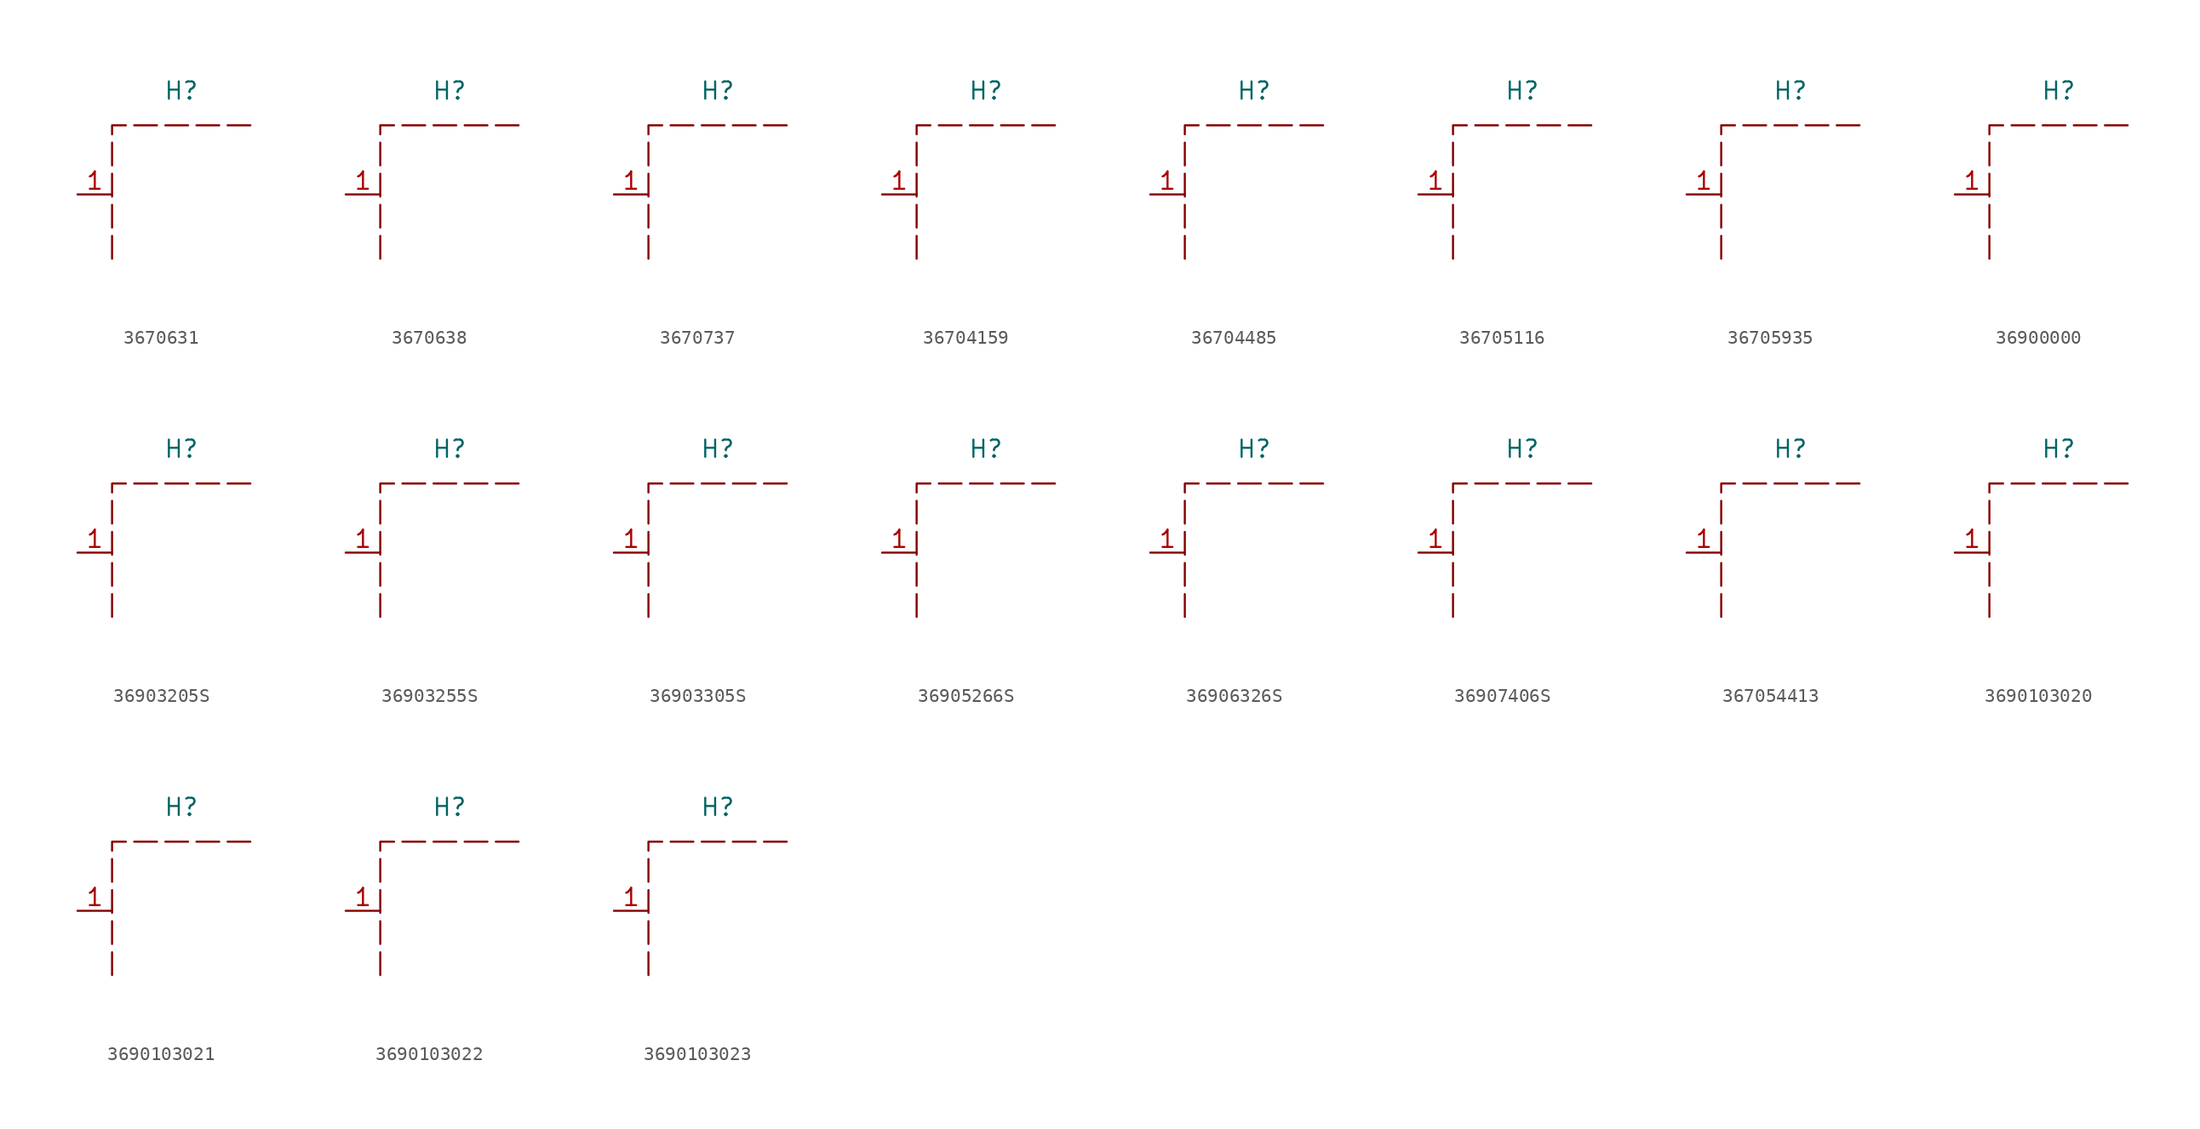
<source format=kicad_sym>
(kicad_symbol_lib
  (version 20220914)
  (generator kicad_symbol_editor)
  (symbol "3670631"
    (pin_names hide)
    (property "Reference" "H"
      (at 0 7.62 0)
      (effects (font (size 1.27 1.27))))
    (property "Critical Parameter" ""
      (at 0 -7.62 0)
      (effects (font (size 1.27 1.27))))
    (symbol "3670631_1_1"
      (polyline (pts (xy 5.08 5.08) (xy -5.08 5.08) (xy -5.08 -5.08)) (stroke (width 0) (type dash)) (fill (type none)))
      (pin power_in line (at -7.62 0 0) (length 2.54) (name "GND" (effects (font (size 1.27 1.27)))) (number "1" (effects (font (size 1.27 1.27)))))))
  (symbol "3670638"
    (pin_names hide)
    (property "Reference" "H"
      (at 0 7.62 0)
      (effects (font (size 1.27 1.27))))
    (property "Critical Parameter" ""
      (at 0 -7.62 0)
      (effects (font (size 1.27 1.27))))
    (symbol "3670638_1_1"
      (polyline (pts (xy 5.08 5.08) (xy -5.08 5.08) (xy -5.08 -5.08)) (stroke (width 0) (type dash)) (fill (type none)))
      (pin power_in line (at -7.62 0 0) (length 2.54) (name "GND" (effects (font (size 1.27 1.27)))) (number "1" (effects (font (size 1.27 1.27)))))))
  (symbol "3670737"
    (pin_names hide)
    (property "Reference" "H"
      (at 0 7.62 0)
      (effects (font (size 1.27 1.27))))
    (property "Critical Parameter" ""
      (at 0 -7.62 0)
      (effects (font (size 1.27 1.27))))
    (symbol "3670737_1_1"
      (polyline (pts (xy 5.08 5.08) (xy -5.08 5.08) (xy -5.08 -5.08)) (stroke (width 0) (type dash)) (fill (type none)))
      (pin power_in line (at -7.62 0 0) (length 2.54) (name "GND" (effects (font (size 1.27 1.27)))) (number "1" (effects (font (size 1.27 1.27)))))))
  (symbol "36704159"
    (pin_names hide)
    (property "Reference" "H"
      (at 0 7.62 0)
      (effects (font (size 1.27 1.27))))
    (property "Critical Parameter" ""
      (at 0 -7.62 0)
      (effects (font (size 1.27 1.27))))
    (symbol "36704159_1_1"
      (polyline (pts (xy 5.08 5.08) (xy -5.08 5.08) (xy -5.08 -5.08)) (stroke (width 0) (type dash)) (fill (type none)))
      (pin power_in line (at -7.62 0 0) (length 2.54) (name "GND" (effects (font (size 1.27 1.27)))) (number "1" (effects (font (size 1.27 1.27)))))))
  (symbol "36704485"
    (pin_names hide)
    (property "Reference" "H"
      (at 0 7.62 0)
      (effects (font (size 1.27 1.27))))
    (property "Critical Parameter" ""
      (at 0 -7.62 0)
      (effects (font (size 1.27 1.27))))
    (symbol "36704485_1_1"
      (polyline (pts (xy 5.08 5.08) (xy -5.08 5.08) (xy -5.08 -5.08)) (stroke (width 0) (type dash)) (fill (type none)))
      (pin power_in line (at -7.62 0 0) (length 2.54) (name "GND" (effects (font (size 1.27 1.27)))) (number "1" (effects (font (size 1.27 1.27)))))))
  (symbol "36705116"
    (pin_names hide)
    (property "Reference" "H"
      (at 0 7.62 0)
      (effects (font (size 1.27 1.27))))
    (property "Critical Parameter" ""
      (at 0 -7.62 0)
      (effects (font (size 1.27 1.27))))
    (symbol "36705116_1_1"
      (polyline (pts (xy 5.08 5.08) (xy -5.08 5.08) (xy -5.08 -5.08)) (stroke (width 0) (type dash)) (fill (type none)))
      (pin power_in line (at -7.62 0 0) (length 2.54) (name "GND" (effects (font (size 1.27 1.27)))) (number "1" (effects (font (size 1.27 1.27)))))))
  (symbol "36705935"
    (pin_names hide)
    (property "Reference" "H"
      (at 0 7.62 0)
      (effects (font (size 1.27 1.27))))
    (property "Critical Parameter" ""
      (at 0 -7.62 0)
      (effects (font (size 1.27 1.27))))
    (symbol "36705935_1_1"
      (polyline (pts (xy 5.08 5.08) (xy -5.08 5.08) (xy -5.08 -5.08)) (stroke (width 0) (type dash)) (fill (type none)))
      (pin power_in line (at -7.62 0 0) (length 2.54) (name "GND" (effects (font (size 1.27 1.27)))) (number "1" (effects (font (size 1.27 1.27)))))))
  (symbol "36900000"
    (pin_names hide)
    (property "Reference" "H"
      (at 0 7.62 0)
      (effects (font (size 1.27 1.27))))
    (property "Critical Parameter" ""
      (at 0 -7.62 0)
      (effects (font (size 1.27 1.27))))
    (symbol "36900000_1_1"
      (polyline (pts (xy 5.08 5.08) (xy -5.08 5.08) (xy -5.08 -5.08)) (stroke (width 0) (type dash)) (fill (type none)))
      (pin power_in line (at -7.62 0 0) (length 2.54) (name "GND" (effects (font (size 1.27 1.27)))) (number "1" (effects (font (size 1.27 1.27)))))))
  (symbol "36903205S"
    (pin_names hide)
    (property "Reference" "H"
      (at 0 7.62 0)
      (effects (font (size 1.27 1.27))))
    (property "Critical Parameter" ""
      (at 0 -7.62 0)
      (effects (font (size 1.27 1.27))))
    (symbol "36903205S_1_1"
      (polyline (pts (xy 5.08 5.08) (xy -5.08 5.08) (xy -5.08 -5.08)) (stroke (width 0) (type dash)) (fill (type none)))
      (pin power_in line (at -7.62 0 0) (length 2.54) (name "GND" (effects (font (size 1.27 1.27)))) (number "1" (effects (font (size 1.27 1.27)))))))
  (symbol "36903255S"
    (pin_names hide)
    (property "Reference" "H"
      (at 0 7.62 0)
      (effects (font (size 1.27 1.27))))
    (property "Critical Parameter" ""
      (at 0 -7.62 0)
      (effects (font (size 1.27 1.27))))
    (symbol "36903255S_1_1"
      (polyline (pts (xy 5.08 5.08) (xy -5.08 5.08) (xy -5.08 -5.08)) (stroke (width 0) (type dash)) (fill (type none)))
      (pin power_in line (at -7.62 0 0) (length 2.54) (name "GND" (effects (font (size 1.27 1.27)))) (number "1" (effects (font (size 1.27 1.27)))))))
  (symbol "36903305S"
    (pin_names hide)
    (property "Reference" "H"
      (at 0 7.62 0)
      (effects (font (size 1.27 1.27))))
    (property "Critical Parameter" ""
      (at 0 -7.62 0)
      (effects (font (size 1.27 1.27))))
    (symbol "36903305S_1_1"
      (polyline (pts (xy 5.08 5.08) (xy -5.08 5.08) (xy -5.08 -5.08)) (stroke (width 0) (type dash)) (fill (type none)))
      (pin power_in line (at -7.62 0 0) (length 2.54) (name "GND" (effects (font (size 1.27 1.27)))) (number "1" (effects (font (size 1.27 1.27)))))))
  (symbol "36905266S"
    (pin_names hide)
    (property "Reference" "H"
      (at 0 7.62 0)
      (effects (font (size 1.27 1.27))))
    (property "Critical Parameter" ""
      (at 0 -7.62 0)
      (effects (font (size 1.27 1.27))))
    (symbol "36905266S_1_1"
      (polyline (pts (xy 5.08 5.08) (xy -5.08 5.08) (xy -5.08 -5.08)) (stroke (width 0) (type dash)) (fill (type none)))
      (pin power_in line (at -7.62 0 0) (length 2.54) (name "GND" (effects (font (size 1.27 1.27)))) (number "1" (effects (font (size 1.27 1.27)))))))
  (symbol "36906326S"
    (pin_names hide)
    (property "Reference" "H"
      (at 0 7.62 0)
      (effects (font (size 1.27 1.27))))
    (property "Critical Parameter" ""
      (at 0 -7.62 0)
      (effects (font (size 1.27 1.27))))
    (symbol "36906326S_1_1"
      (polyline (pts (xy 5.08 5.08) (xy -5.08 5.08) (xy -5.08 -5.08)) (stroke (width 0) (type dash)) (fill (type none)))
      (pin power_in line (at -7.62 0 0) (length 2.54) (name "GND" (effects (font (size 1.27 1.27)))) (number "1" (effects (font (size 1.27 1.27)))))))
  (symbol "36907406S"
    (pin_names hide)
    (property "Reference" "H"
      (at 0 7.62 0)
      (effects (font (size 1.27 1.27))))
    (property "Critical Parameter" ""
      (at 0 -7.62 0)
      (effects (font (size 1.27 1.27))))
    (symbol "36907406S_1_1"
      (polyline (pts (xy 5.08 5.08) (xy -5.08 5.08) (xy -5.08 -5.08)) (stroke (width 0) (type dash)) (fill (type none)))
      (pin power_in line (at -7.62 0 0) (length 2.54) (name "GND" (effects (font (size 1.27 1.27)))) (number "1" (effects (font (size 1.27 1.27)))))))
  (symbol "367054413"
    (pin_names hide)
    (property "Reference" "H"
      (at 0 7.62 0)
      (effects (font (size 1.27 1.27))))
    (property "Critical Parameter" ""
      (at 0 -7.62 0)
      (effects (font (size 1.27 1.27))))
    (symbol "367054413_1_1"
      (polyline (pts (xy 5.08 5.08) (xy -5.08 5.08) (xy -5.08 -5.08)) (stroke (width 0) (type dash)) (fill (type none)))
      (pin power_in line (at -7.62 0 0) (length 2.54) (name "GND" (effects (font (size 1.27 1.27)))) (number "1" (effects (font (size 1.27 1.27)))))))
  (symbol "3690103020"
    (pin_names hide)
    (property "Reference" "H"
      (at 0 7.62 0)
      (effects (font (size 1.27 1.27))))
    (property "Critical Parameter" ""
      (at 0 -7.62 0)
      (effects (font (size 1.27 1.27))))
    (symbol "3690103020_1_1"
      (polyline (pts (xy 5.08 5.08) (xy -5.08 5.08) (xy -5.08 -5.08)) (stroke (width 0) (type dash)) (fill (type none)))
      (pin power_in line (at -7.62 0 0) (length 2.54) (name "GND" (effects (font (size 1.27 1.27)))) (number "1" (effects (font (size 1.27 1.27)))))))
  (symbol "3690103021"
    (pin_names hide)
    (property "Reference" "H"
      (at 0 7.62 0)
      (effects (font (size 1.27 1.27))))
    (property "Critical Parameter" ""
      (at 0 -7.62 0)
      (effects (font (size 1.27 1.27))))
    (symbol "3690103021_1_1"
      (polyline (pts (xy 5.08 5.08) (xy -5.08 5.08) (xy -5.08 -5.08)) (stroke (width 0) (type dash)) (fill (type none)))
      (pin power_in line (at -7.62 0 0) (length 2.54) (name "GND" (effects (font (size 1.27 1.27)))) (number "1" (effects (font (size 1.27 1.27)))))))
  (symbol "3690103022"
    (pin_names hide)
    (property "Reference" "H"
      (at 0 7.62 0)
      (effects (font (size 1.27 1.27))))
    (property "Critical Parameter" ""
      (at 0 -7.62 0)
      (effects (font (size 1.27 1.27))))
    (symbol "3690103022_1_1"
      (polyline (pts (xy 5.08 5.08) (xy -5.08 5.08) (xy -5.08 -5.08)) (stroke (width 0) (type dash)) (fill (type none)))
      (pin power_in line (at -7.62 0 0) (length 2.54) (name "GND" (effects (font (size 1.27 1.27)))) (number "1" (effects (font (size 1.27 1.27)))))))
  (symbol "3690103023"
    (pin_names hide)
    (property "Reference" "H"
      (at 0 7.62 0)
      (effects (font (size 1.27 1.27))))
    (property "Critical Parameter" ""
      (at 0 -7.62 0)
      (effects (font (size 1.27 1.27))))
    (symbol "3690103023_1_1"
      (polyline (pts (xy 5.08 5.08) (xy -5.08 5.08) (xy -5.08 -5.08)) (stroke (width 0) (type dash)) (fill (type none)))
      (pin power_in line (at -7.62 0 0) (length 2.54) (name "GND" (effects (font (size 1.27 1.27)))) (number "1" (effects (font (size 1.27 1.27))))))))
</source>
